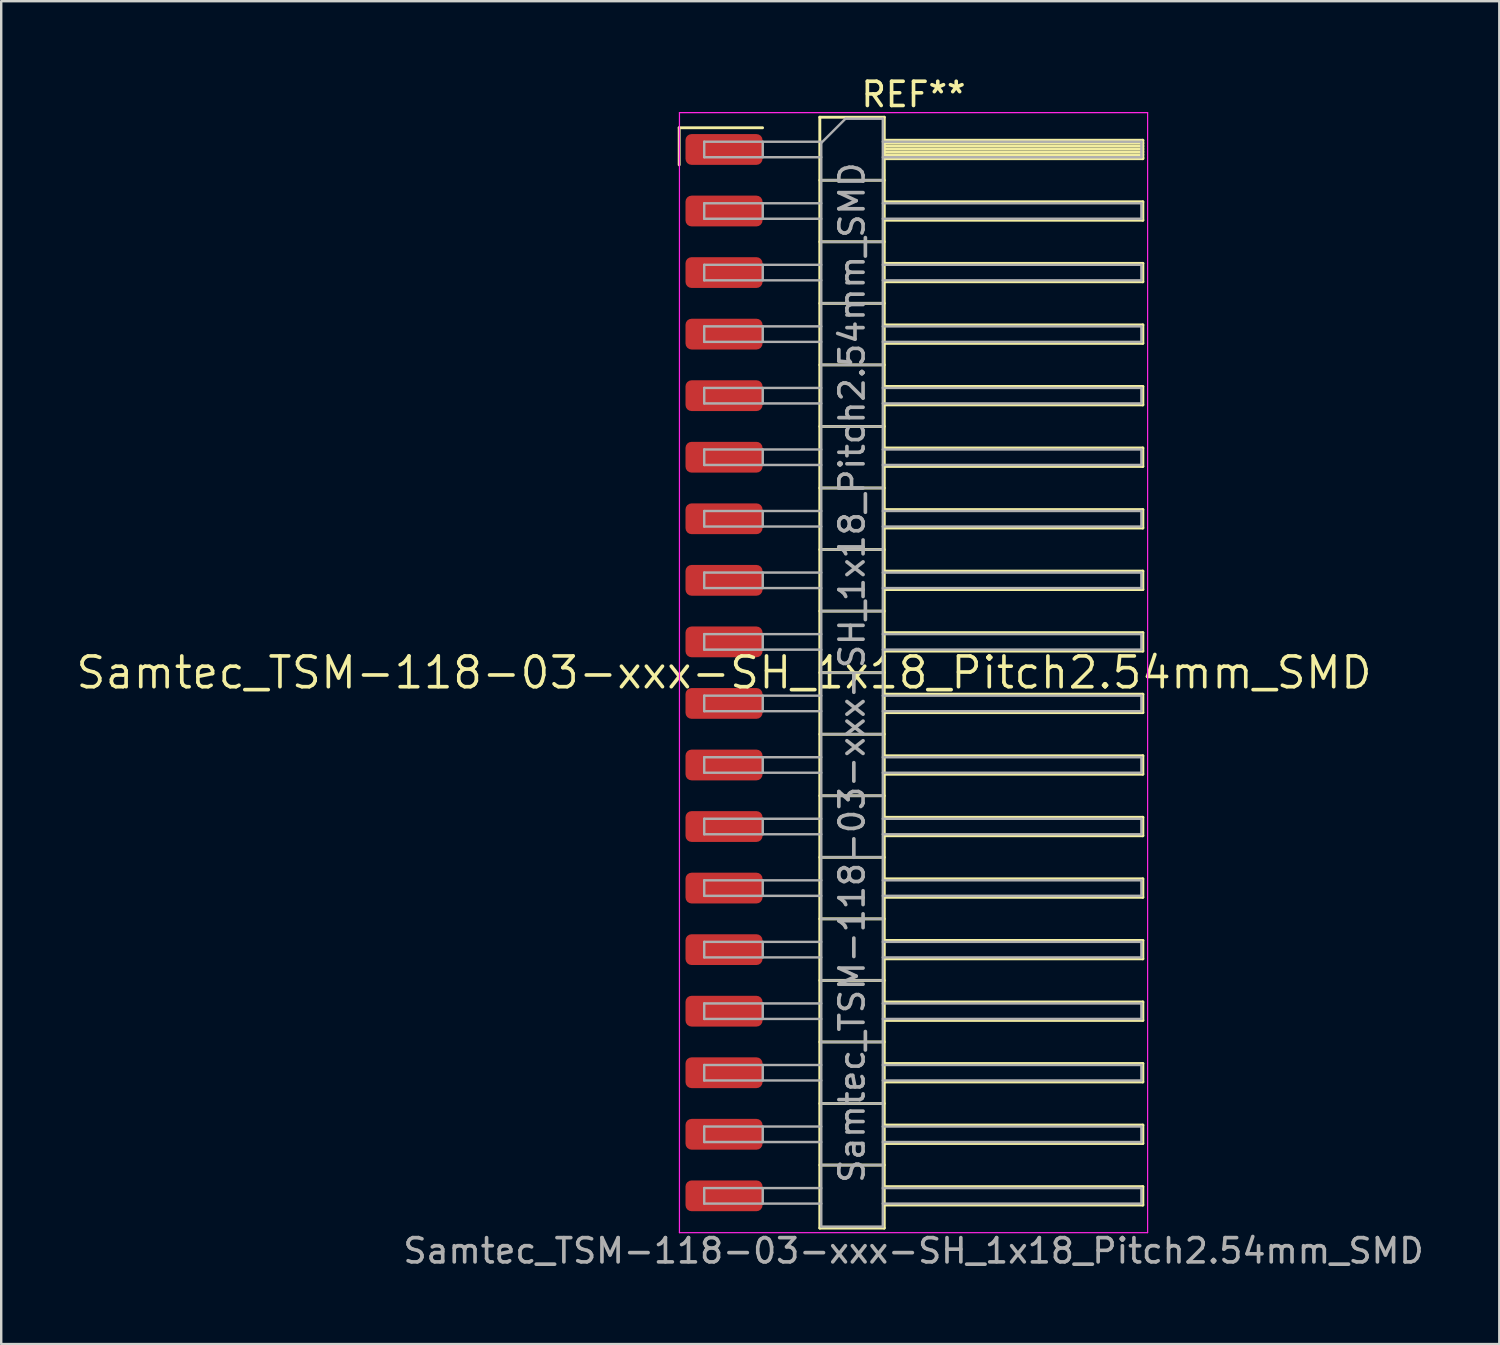
<source format=kicad_pcb>
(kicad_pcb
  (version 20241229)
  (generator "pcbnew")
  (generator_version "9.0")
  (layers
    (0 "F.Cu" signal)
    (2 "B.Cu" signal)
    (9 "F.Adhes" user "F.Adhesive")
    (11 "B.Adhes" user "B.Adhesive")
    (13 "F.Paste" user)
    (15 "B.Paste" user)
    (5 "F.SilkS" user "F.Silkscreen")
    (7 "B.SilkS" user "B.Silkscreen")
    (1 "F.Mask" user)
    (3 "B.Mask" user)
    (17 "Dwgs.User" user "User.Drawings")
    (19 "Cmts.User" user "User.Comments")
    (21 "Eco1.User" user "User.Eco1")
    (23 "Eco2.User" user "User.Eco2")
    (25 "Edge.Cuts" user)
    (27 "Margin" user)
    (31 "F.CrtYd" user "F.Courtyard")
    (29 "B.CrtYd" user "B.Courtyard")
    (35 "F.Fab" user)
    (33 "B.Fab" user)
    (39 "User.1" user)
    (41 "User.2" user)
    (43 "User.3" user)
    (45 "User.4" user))
  (footprint "Samtec_TSM-118-03-xxx-SH_1x18_Pitch2.54mm_SMD"
    (layer "F.Cu")
    (at 26.828 24.708)
    (property "Reference" "Samtec_TSM-118-03-xxx-SH_1x18_Pitch2.54mm_SMD" (at 0 0 0) (layer "F.SilkS") (effects (font (size 1.27 1.27) (thickness 0.15))))
    (attr smd)
    (fp_line (start -1.85 -22.485) (end 1.59 -22.485) (stroke (width 0.12) (type solid)) (layer "F.SilkS"))
    (fp_line (start -1.85 -20.955) (end -1.85 -22.485) (stroke (width 0.12) (type solid)) (layer "F.SilkS"))
    (fp_line (start 3.953 -22.92) (end 6.613 -22.92) (stroke (width 0.12) (type solid)) (layer "F.SilkS"))
    (fp_line (start 3.953 -20.32) (end 6.613 -20.32) (stroke (width 0.12) (type solid)) (layer "F.SilkS"))
    (fp_line (start 3.953 -17.78) (end 6.613 -17.78) (stroke (width 0.12) (type solid)) (layer "F.SilkS"))
    (fp_line (start 3.953 -15.24) (end 6.613 -15.24) (stroke (width 0.12) (type solid)) (layer "F.SilkS"))
    (fp_line (start 3.953 -12.7) (end 6.613 -12.7) (stroke (width 0.12) (type solid)) (layer "F.SilkS"))
    (fp_line (start 3.953 -10.16) (end 6.613 -10.16) (stroke (width 0.12) (type solid)) (layer "F.SilkS"))
    (fp_line (start 3.953 -7.62) (end 6.613 -7.62) (stroke (width 0.12) (type solid)) (layer "F.SilkS"))
    (fp_line (start 3.953 -5.08) (end 6.613 -5.08) (stroke (width 0.12) (type solid)) (layer "F.SilkS"))
    (fp_line (start 3.953 -2.54) (end 6.613 -2.54) (stroke (width 0.12) (type solid)) (layer "F.SilkS"))
    (fp_line (start 3.953 0) (end 6.613 0) (stroke (width 0.12) (type solid)) (layer "F.SilkS"))
    (fp_line (start 3.953 2.54) (end 6.613 2.54) (stroke (width 0.12) (type solid)) (layer "F.SilkS"))
    (fp_line (start 3.953 5.08) (end 6.613 5.08) (stroke (width 0.12) (type solid)) (layer "F.SilkS"))
    (fp_line (start 3.953 7.62) (end 6.613 7.62) (stroke (width 0.12) (type solid)) (layer "F.SilkS"))
    (fp_line (start 3.953 10.16) (end 6.613 10.16) (stroke (width 0.12) (type solid)) (layer "F.SilkS"))
    (fp_line (start 3.953 12.7) (end 6.613 12.7) (stroke (width 0.12) (type solid)) (layer "F.SilkS"))
    (fp_line (start 3.953 15.24) (end 6.613 15.24) (stroke (width 0.12) (type solid)) (layer "F.SilkS"))
    (fp_line (start 3.953 17.78) (end 6.613 17.78) (stroke (width 0.12) (type solid)) (layer "F.SilkS"))
    (fp_line (start 3.953 20.32) (end 6.613 20.32) (stroke (width 0.12) (type solid)) (layer "F.SilkS"))
    (fp_line (start 3.953 22.92) (end 3.953 -22.92) (stroke (width 0.12) (type solid)) (layer "F.SilkS"))
    (fp_line (start 6.613 -22.92) (end 6.613 22.92) (stroke (width 0.12) (type solid)) (layer "F.SilkS"))
    (fp_line (start 6.613 -21.97) (end 17.283 -21.97) (stroke (width 0.12) (type solid)) (layer "F.SilkS"))
    (fp_line (start 6.613 -21.85) (end 17.283 -21.85) (stroke (width 0.12) (type solid)) (layer "F.SilkS"))
    (fp_line (start 6.613 -21.73) (end 17.283 -21.73) (stroke (width 0.12) (type solid)) (layer "F.SilkS"))
    (fp_line (start 6.613 -21.61) (end 17.283 -21.61) (stroke (width 0.12) (type solid)) (layer "F.SilkS"))
    (fp_line (start 6.613 -21.49) (end 17.283 -21.49) (stroke (width 0.12) (type solid)) (layer "F.SilkS"))
    (fp_line (start 6.613 -21.37) (end 17.283 -21.37) (stroke (width 0.12) (type solid)) (layer "F.SilkS"))
    (fp_line (start 6.613 -21.25) (end 17.283 -21.25) (stroke (width 0.12) (type solid)) (layer "F.SilkS"))
    (fp_line (start 6.613 -21.21) (end 17.283 -21.21) (stroke (width 0.12) (type solid)) (layer "F.SilkS"))
    (fp_line (start 6.613 -19.43) (end 17.283 -19.43) (stroke (width 0.12) (type solid)) (layer "F.SilkS"))
    (fp_line (start 6.613 -18.67) (end 17.283 -18.67) (stroke (width 0.12) (type solid)) (layer "F.SilkS"))
    (fp_line (start 6.613 -16.89) (end 17.283 -16.89) (stroke (width 0.12) (type solid)) (layer "F.SilkS"))
    (fp_line (start 6.613 -16.13) (end 17.283 -16.13) (stroke (width 0.12) (type solid)) (layer "F.SilkS"))
    (fp_line (start 6.613 -14.35) (end 17.283 -14.35) (stroke (width 0.12) (type solid)) (layer "F.SilkS"))
    (fp_line (start 6.613 -13.59) (end 17.283 -13.59) (stroke (width 0.12) (type solid)) (layer "F.SilkS"))
    (fp_line (start 6.613 -11.81) (end 17.283 -11.81) (stroke (width 0.12) (type solid)) (layer "F.SilkS"))
    (fp_line (start 6.613 -11.05) (end 17.283 -11.05) (stroke (width 0.12) (type solid)) (layer "F.SilkS"))
    (fp_line (start 6.613 -9.27) (end 17.283 -9.27) (stroke (width 0.12) (type solid)) (layer "F.SilkS"))
    (fp_line (start 6.613 -8.51) (end 17.283 -8.51) (stroke (width 0.12) (type solid)) (layer "F.SilkS"))
    (fp_line (start 6.613 -6.73) (end 17.283 -6.73) (stroke (width 0.12) (type solid)) (layer "F.SilkS"))
    (fp_line (start 6.613 -5.97) (end 17.283 -5.97) (stroke (width 0.12) (type solid)) (layer "F.SilkS"))
    (fp_line (start 6.613 -4.19) (end 17.283 -4.19) (stroke (width 0.12) (type solid)) (layer "F.SilkS"))
    (fp_line (start 6.613 -3.43) (end 17.283 -3.43) (stroke (width 0.12) (type solid)) (layer "F.SilkS"))
    (fp_line (start 6.613 -1.65) (end 17.283 -1.65) (stroke (width 0.12) (type solid)) (layer "F.SilkS"))
    (fp_line (start 6.613 -0.89) (end 17.283 -0.89) (stroke (width 0.12) (type solid)) (layer "F.SilkS"))
    (fp_line (start 6.613 0.89) (end 17.283 0.89) (stroke (width 0.12) (type solid)) (layer "F.SilkS"))
    (fp_line (start 6.613 1.65) (end 17.283 1.65) (stroke (width 0.12) (type solid)) (layer "F.SilkS"))
    (fp_line (start 6.613 3.43) (end 17.283 3.43) (stroke (width 0.12) (type solid)) (layer "F.SilkS"))
    (fp_line (start 6.613 4.19) (end 17.283 4.19) (stroke (width 0.12) (type solid)) (layer "F.SilkS"))
    (fp_line (start 6.613 5.97) (end 17.283 5.97) (stroke (width 0.12) (type solid)) (layer "F.SilkS"))
    (fp_line (start 6.613 6.73) (end 17.283 6.73) (stroke (width 0.12) (type solid)) (layer "F.SilkS"))
    (fp_line (start 6.613 8.51) (end 17.283 8.51) (stroke (width 0.12) (type solid)) (layer "F.SilkS"))
    (fp_line (start 6.613 9.27) (end 17.283 9.27) (stroke (width 0.12) (type solid)) (layer "F.SilkS"))
    (fp_line (start 6.613 11.05) (end 17.283 11.05) (stroke (width 0.12) (type solid)) (layer "F.SilkS"))
    (fp_line (start 6.613 11.81) (end 17.283 11.81) (stroke (width 0.12) (type solid)) (layer "F.SilkS"))
    (fp_line (start 6.613 13.59) (end 17.283 13.59) (stroke (width 0.12) (type solid)) (layer "F.SilkS"))
    (fp_line (start 6.613 14.35) (end 17.283 14.35) (stroke (width 0.12) (type solid)) (layer "F.SilkS"))
    (fp_line (start 6.613 16.13) (end 17.283 16.13) (stroke (width 0.12) (type solid)) (layer "F.SilkS"))
    (fp_line (start 6.613 16.89) (end 17.283 16.89) (stroke (width 0.12) (type solid)) (layer "F.SilkS"))
    (fp_line (start 6.613 18.67) (end 17.283 18.67) (stroke (width 0.12) (type solid)) (layer "F.SilkS"))
    (fp_line (start 6.613 19.43) (end 17.283 19.43) (stroke (width 0.12) (type solid)) (layer "F.SilkS"))
    (fp_line (start 6.613 21.21) (end 17.283 21.21) (stroke (width 0.12) (type solid)) (layer "F.SilkS"))
    (fp_line (start 6.613 21.97) (end 17.283 21.97) (stroke (width 0.12) (type solid)) (layer "F.SilkS"))
    (fp_line (start 6.613 22.92) (end 3.953 22.92) (stroke (width 0.12) (type solid)) (layer "F.SilkS"))
    (fp_line (start 17.283 -21.97) (end 17.283 -21.21) (stroke (width 0.12) (type solid)) (layer "F.SilkS"))
    (fp_line (start 17.283 -19.43) (end 17.283 -18.67) (stroke (width 0.12) (type solid)) (layer "F.SilkS"))
    (fp_line (start 17.283 -16.89) (end 17.283 -16.13) (stroke (width 0.12) (type solid)) (layer "F.SilkS"))
    (fp_line (start 17.283 -14.35) (end 17.283 -13.59) (stroke (width 0.12) (type solid)) (layer "F.SilkS"))
    (fp_line (start 17.283 -11.81) (end 17.283 -11.05) (stroke (width 0.12) (type solid)) (layer "F.SilkS"))
    (fp_line (start 17.283 -9.27) (end 17.283 -8.51) (stroke (width 0.12) (type solid)) (layer "F.SilkS"))
    (fp_line (start 17.283 -6.73) (end 17.283 -5.97) (stroke (width 0.12) (type solid)) (layer "F.SilkS"))
    (fp_line (start 17.283 -4.19) (end 17.283 -3.43) (stroke (width 0.12) (type solid)) (layer "F.SilkS"))
    (fp_line (start 17.283 -1.65) (end 17.283 -0.89) (stroke (width 0.12) (type solid)) (layer "F.SilkS"))
    (fp_line (start 17.283 0.89) (end 17.283 1.65) (stroke (width 0.12) (type solid)) (layer "F.SilkS"))
    (fp_line (start 17.283 3.43) (end 17.283 4.19) (stroke (width 0.12) (type solid)) (layer "F.SilkS"))
    (fp_line (start 17.283 5.97) (end 17.283 6.73) (stroke (width 0.12) (type solid)) (layer "F.SilkS"))
    (fp_line (start 17.283 8.51) (end 17.283 9.27) (stroke (width 0.12) (type solid)) (layer "F.SilkS"))
    (fp_line (start 17.283 11.05) (end 17.283 11.81) (stroke (width 0.12) (type solid)) (layer "F.SilkS"))
    (fp_line (start 17.283 13.59) (end 17.283 14.35) (stroke (width 0.12) (type solid)) (layer "F.SilkS"))
    (fp_line (start 17.283 16.13) (end 17.283 16.89) (stroke (width 0.12) (type solid)) (layer "F.SilkS"))
    (fp_line (start 17.283 18.67) (end 17.283 19.43) (stroke (width 0.12) (type solid)) (layer "F.SilkS"))
    (fp_line (start 17.283 21.21) (end 17.283 21.97) (stroke (width 0.12) (type solid)) (layer "F.SilkS"))
    (fp_line (start -1.84 -23.11) (end 17.48 -23.11) (stroke (width 0.05) (type solid)) (layer "F.CrtYd"))
    (fp_line (start -1.84 23.11) (end -1.84 -23.11) (stroke (width 0.05) (type solid)) (layer "F.CrtYd"))
    (fp_line (start 17.48 -23.11) (end 17.48 23.11) (stroke (width 0.05) (type solid)) (layer "F.CrtYd"))
    (fp_line (start 17.48 23.11) (end -1.84 23.11) (stroke (width 0.05) (type solid)) (layer "F.CrtYd"))
    (fp_line (start -0.817 -21.91) (end -0.817 -21.27) (stroke (width 0.1) (type solid)) (layer "F.Fab"))
    (fp_line (start -0.817 -21.91) (end 4.013 -21.91) (stroke (width 0.1) (type solid)) (layer "F.Fab"))
    (fp_line (start -0.817 -21.27) (end 4.013 -21.27) (stroke (width 0.1) (type solid)) (layer "F.Fab"))
    (fp_line (start -0.817 -19.37) (end -0.817 -18.73) (stroke (width 0.1) (type solid)) (layer "F.Fab"))
    (fp_line (start -0.817 -19.37) (end 4.013 -19.37) (stroke (width 0.1) (type solid)) (layer "F.Fab"))
    (fp_line (start -0.817 -18.73) (end 4.013 -18.73) (stroke (width 0.1) (type solid)) (layer "F.Fab"))
    (fp_line (start -0.817 -16.83) (end -0.817 -16.19) (stroke (width 0.1) (type solid)) (layer "F.Fab"))
    (fp_line (start -0.817 -16.83) (end 4.013 -16.83) (stroke (width 0.1) (type solid)) (layer "F.Fab"))
    (fp_line (start -0.817 -16.19) (end 4.013 -16.19) (stroke (width 0.1) (type solid)) (layer "F.Fab"))
    (fp_line (start -0.817 -14.29) (end -0.817 -13.65) (stroke (width 0.1) (type solid)) (layer "F.Fab"))
    (fp_line (start -0.817 -14.29) (end 4.013 -14.29) (stroke (width 0.1) (type solid)) (layer "F.Fab"))
    (fp_line (start -0.817 -13.65) (end 4.013 -13.65) (stroke (width 0.1) (type solid)) (layer "F.Fab"))
    (fp_line (start -0.817 -11.75) (end -0.817 -11.11) (stroke (width 0.1) (type solid)) (layer "F.Fab"))
    (fp_line (start -0.817 -11.75) (end 4.013 -11.75) (stroke (width 0.1) (type solid)) (layer "F.Fab"))
    (fp_line (start -0.817 -11.11) (end 4.013 -11.11) (stroke (width 0.1) (type solid)) (layer "F.Fab"))
    (fp_line (start -0.817 -9.21) (end -0.817 -8.57) (stroke (width 0.1) (type solid)) (layer "F.Fab"))
    (fp_line (start -0.817 -9.21) (end 4.013 -9.21) (stroke (width 0.1) (type solid)) (layer "F.Fab"))
    (fp_line (start -0.817 -8.57) (end 4.013 -8.57) (stroke (width 0.1) (type solid)) (layer "F.Fab"))
    (fp_line (start -0.817 -6.67) (end -0.817 -6.03) (stroke (width 0.1) (type solid)) (layer "F.Fab"))
    (fp_line (start -0.817 -6.67) (end 4.013 -6.67) (stroke (width 0.1) (type solid)) (layer "F.Fab"))
    (fp_line (start -0.817 -6.03) (end 4.013 -6.03) (stroke (width 0.1) (type solid)) (layer "F.Fab"))
    (fp_line (start -0.817 -4.13) (end -0.817 -3.49) (stroke (width 0.1) (type solid)) (layer "F.Fab"))
    (fp_line (start -0.817 -4.13) (end 4.013 -4.13) (stroke (width 0.1) (type solid)) (layer "F.Fab"))
    (fp_line (start -0.817 -3.49) (end 4.013 -3.49) (stroke (width 0.1) (type solid)) (layer "F.Fab"))
    (fp_line (start -0.817 -1.59) (end -0.817 -0.95) (stroke (width 0.1) (type solid)) (layer "F.Fab"))
    (fp_line (start -0.817 -1.59) (end 4.013 -1.59) (stroke (width 0.1) (type solid)) (layer "F.Fab"))
    (fp_line (start -0.817 -0.95) (end 4.013 -0.95) (stroke (width 0.1) (type solid)) (layer "F.Fab"))
    (fp_line (start -0.817 0.95) (end -0.817 1.59) (stroke (width 0.1) (type solid)) (layer "F.Fab"))
    (fp_line (start -0.817 0.95) (end 4.013 0.95) (stroke (width 0.1) (type solid)) (layer "F.Fab"))
    (fp_line (start -0.817 1.59) (end 4.013 1.59) (stroke (width 0.1) (type solid)) (layer "F.Fab"))
    (fp_line (start -0.817 3.49) (end -0.817 4.13) (stroke (width 0.1) (type solid)) (layer "F.Fab"))
    (fp_line (start -0.817 3.49) (end 4.013 3.49) (stroke (width 0.1) (type solid)) (layer "F.Fab"))
    (fp_line (start -0.817 4.13) (end 4.013 4.13) (stroke (width 0.1) (type solid)) (layer "F.Fab"))
    (fp_line (start -0.817 6.03) (end -0.817 6.67) (stroke (width 0.1) (type solid)) (layer "F.Fab"))
    (fp_line (start -0.817 6.03) (end 4.013 6.03) (stroke (width 0.1) (type solid)) (layer "F.Fab"))
    (fp_line (start -0.817 6.67) (end 4.013 6.67) (stroke (width 0.1) (type solid)) (layer "F.Fab"))
    (fp_line (start -0.817 8.57) (end -0.817 9.21) (stroke (width 0.1) (type solid)) (layer "F.Fab"))
    (fp_line (start -0.817 8.57) (end 4.013 8.57) (stroke (width 0.1) (type solid)) (layer "F.Fab"))
    (fp_line (start -0.817 9.21) (end 4.013 9.21) (stroke (width 0.1) (type solid)) (layer "F.Fab"))
    (fp_line (start -0.817 11.11) (end -0.817 11.75) (stroke (width 0.1) (type solid)) (layer "F.Fab"))
    (fp_line (start -0.817 11.11) (end 4.013 11.11) (stroke (width 0.1) (type solid)) (layer "F.Fab"))
    (fp_line (start -0.817 11.75) (end 4.013 11.75) (stroke (width 0.1) (type solid)) (layer "F.Fab"))
    (fp_line (start -0.817 13.65) (end -0.817 14.29) (stroke (width 0.1) (type solid)) (layer "F.Fab"))
    (fp_line (start -0.817 13.65) (end 4.013 13.65) (stroke (width 0.1) (type solid)) (layer "F.Fab"))
    (fp_line (start -0.817 14.29) (end 4.013 14.29) (stroke (width 0.1) (type solid)) (layer "F.Fab"))
    (fp_line (start -0.817 16.19) (end -0.817 16.83) (stroke (width 0.1) (type solid)) (layer "F.Fab"))
    (fp_line (start -0.817 16.19) (end 4.013 16.19) (stroke (width 0.1) (type solid)) (layer "F.Fab"))
    (fp_line (start -0.817 16.83) (end 4.013 16.83) (stroke (width 0.1) (type solid)) (layer "F.Fab"))
    (fp_line (start -0.817 18.73) (end -0.817 19.37) (stroke (width 0.1) (type solid)) (layer "F.Fab"))
    (fp_line (start -0.817 18.73) (end 4.013 18.73) (stroke (width 0.1) (type solid)) (layer "F.Fab"))
    (fp_line (start -0.817 19.37) (end 4.013 19.37) (stroke (width 0.1) (type solid)) (layer "F.Fab"))
    (fp_line (start -0.817 21.27) (end -0.817 21.91) (stroke (width 0.1) (type solid)) (layer "F.Fab"))
    (fp_line (start -0.817 21.27) (end 4.013 21.27) (stroke (width 0.1) (type solid)) (layer "F.Fab"))
    (fp_line (start -0.817 21.91) (end 4.013 21.91) (stroke (width 0.1) (type solid)) (layer "F.Fab"))
    (fp_line (start 1.598 -21.91) (end 1.598 -21.27) (stroke (width 0.1) (type solid)) (layer "F.Fab"))
    (fp_line (start 1.598 -19.37) (end 1.598 -18.73) (stroke (width 0.1) (type solid)) (layer "F.Fab"))
    (fp_line (start 1.598 -16.83) (end 1.598 -16.19) (stroke (width 0.1) (type solid)) (layer "F.Fab"))
    (fp_line (start 1.598 -14.29) (end 1.598 -13.65) (stroke (width 0.1) (type solid)) (layer "F.Fab"))
    (fp_line (start 1.598 -11.75) (end 1.598 -11.11) (stroke (width 0.1) (type solid)) (layer "F.Fab"))
    (fp_line (start 1.598 -9.21) (end 1.598 -8.57) (stroke (width 0.1) (type solid)) (layer "F.Fab"))
    (fp_line (start 1.598 -6.67) (end 1.598 -6.03) (stroke (width 0.1) (type solid)) (layer "F.Fab"))
    (fp_line (start 1.598 -4.13) (end 1.598 -3.49) (stroke (width 0.1) (type solid)) (layer "F.Fab"))
    (fp_line (start 1.598 -1.59) (end 1.598 -0.95) (stroke (width 0.1) (type solid)) (layer "F.Fab"))
    (fp_line (start 1.598 0.95) (end 1.598 1.59) (stroke (width 0.1) (type solid)) (layer "F.Fab"))
    (fp_line (start 1.598 3.49) (end 1.598 4.13) (stroke (width 0.1) (type solid)) (layer "F.Fab"))
    (fp_line (start 1.598 6.03) (end 1.598 6.67) (stroke (width 0.1) (type solid)) (layer "F.Fab"))
    (fp_line (start 1.598 8.57) (end 1.598 9.21) (stroke (width 0.1) (type solid)) (layer "F.Fab"))
    (fp_line (start 1.598 11.11) (end 1.598 11.75) (stroke (width 0.1) (type solid)) (layer "F.Fab"))
    (fp_line (start 1.598 13.65) (end 1.598 14.29) (stroke (width 0.1) (type solid)) (layer "F.Fab"))
    (fp_line (start 1.598 16.19) (end 1.598 16.83) (stroke (width 0.1) (type solid)) (layer "F.Fab"))
    (fp_line (start 1.598 18.73) (end 1.598 19.37) (stroke (width 0.1) (type solid)) (layer "F.Fab"))
    (fp_line (start 1.598 21.27) (end 1.598 21.91) (stroke (width 0.1) (type solid)) (layer "F.Fab"))
    (fp_line (start 4.013 -21.86) (end 5.013 -22.86) (stroke (width 0.1) (type solid)) (layer "F.Fab"))
    (fp_line (start 4.013 -20.32) (end 6.553 -20.32) (stroke (width 0.1) (type solid)) (layer "F.Fab"))
    (fp_line (start 4.013 -17.78) (end 6.553 -17.78) (stroke (width 0.1) (type solid)) (layer "F.Fab"))
    (fp_line (start 4.013 -15.24) (end 6.553 -15.24) (stroke (width 0.1) (type solid)) (layer "F.Fab"))
    (fp_line (start 4.013 -12.7) (end 6.553 -12.7) (stroke (width 0.1) (type solid)) (layer "F.Fab"))
    (fp_line (start 4.013 -10.16) (end 6.553 -10.16) (stroke (width 0.1) (type solid)) (layer "F.Fab"))
    (fp_line (start 4.013 -7.62) (end 6.553 -7.62) (stroke (width 0.1) (type solid)) (layer "F.Fab"))
    (fp_line (start 4.013 -5.08) (end 6.553 -5.08) (stroke (width 0.1) (type solid)) (layer "F.Fab"))
    (fp_line (start 4.013 -2.54) (end 6.553 -2.54) (stroke (width 0.1) (type solid)) (layer "F.Fab"))
    (fp_line (start 4.013 0) (end 6.553 0) (stroke (width 0.1) (type solid)) (layer "F.Fab"))
    (fp_line (start 4.013 2.54) (end 6.553 2.54) (stroke (width 0.1) (type solid)) (layer "F.Fab"))
    (fp_line (start 4.013 5.08) (end 6.553 5.08) (stroke (width 0.1) (type solid)) (layer "F.Fab"))
    (fp_line (start 4.013 7.62) (end 6.553 7.62) (stroke (width 0.1) (type solid)) (layer "F.Fab"))
    (fp_line (start 4.013 10.16) (end 6.553 10.16) (stroke (width 0.1) (type solid)) (layer "F.Fab"))
    (fp_line (start 4.013 12.7) (end 6.553 12.7) (stroke (width 0.1) (type solid)) (layer "F.Fab"))
    (fp_line (start 4.013 15.24) (end 6.553 15.24) (stroke (width 0.1) (type solid)) (layer "F.Fab"))
    (fp_line (start 4.013 17.78) (end 6.553 17.78) (stroke (width 0.1) (type solid)) (layer "F.Fab"))
    (fp_line (start 4.013 20.32) (end 6.553 20.32) (stroke (width 0.1) (type solid)) (layer "F.Fab"))
    (fp_line (start 4.013 22.86) (end 4.013 -21.86) (stroke (width 0.1) (type solid)) (layer "F.Fab"))
    (fp_line (start 5.013 -22.86) (end 6.553 -22.86) (stroke (width 0.1) (type solid)) (layer "F.Fab"))
    (fp_line (start 6.553 -22.86) (end 6.553 22.86) (stroke (width 0.1) (type solid)) (layer "F.Fab"))
    (fp_line (start 6.553 -21.91) (end 17.223 -21.91) (stroke (width 0.1) (type solid)) (layer "F.Fab"))
    (fp_line (start 6.553 -21.27) (end 17.223 -21.27) (stroke (width 0.1) (type solid)) (layer "F.Fab"))
    (fp_line (start 6.553 -19.37) (end 17.223 -19.37) (stroke (width 0.1) (type solid)) (layer "F.Fab"))
    (fp_line (start 6.553 -18.73) (end 17.223 -18.73) (stroke (width 0.1) (type solid)) (layer "F.Fab"))
    (fp_line (start 6.553 -16.83) (end 17.223 -16.83) (stroke (width 0.1) (type solid)) (layer "F.Fab"))
    (fp_line (start 6.553 -16.19) (end 17.223 -16.19) (stroke (width 0.1) (type solid)) (layer "F.Fab"))
    (fp_line (start 6.553 -14.29) (end 17.223 -14.29) (stroke (width 0.1) (type solid)) (layer "F.Fab"))
    (fp_line (start 6.553 -13.65) (end 17.223 -13.65) (stroke (width 0.1) (type solid)) (layer "F.Fab"))
    (fp_line (start 6.553 -11.75) (end 17.223 -11.75) (stroke (width 0.1) (type solid)) (layer "F.Fab"))
    (fp_line (start 6.553 -11.11) (end 17.223 -11.11) (stroke (width 0.1) (type solid)) (layer "F.Fab"))
    (fp_line (start 6.553 -9.21) (end 17.223 -9.21) (stroke (width 0.1) (type solid)) (layer "F.Fab"))
    (fp_line (start 6.553 -8.57) (end 17.223 -8.57) (stroke (width 0.1) (type solid)) (layer "F.Fab"))
    (fp_line (start 6.553 -6.67) (end 17.223 -6.67) (stroke (width 0.1) (type solid)) (layer "F.Fab"))
    (fp_line (start 6.553 -6.03) (end 17.223 -6.03) (stroke (width 0.1) (type solid)) (layer "F.Fab"))
    (fp_line (start 6.553 -4.13) (end 17.223 -4.13) (stroke (width 0.1) (type solid)) (layer "F.Fab"))
    (fp_line (start 6.553 -3.49) (end 17.223 -3.49) (stroke (width 0.1) (type solid)) (layer "F.Fab"))
    (fp_line (start 6.553 -1.59) (end 17.223 -1.59) (stroke (width 0.1) (type solid)) (layer "F.Fab"))
    (fp_line (start 6.553 -0.95) (end 17.223 -0.95) (stroke (width 0.1) (type solid)) (layer "F.Fab"))
    (fp_line (start 6.553 0.95) (end 17.223 0.95) (stroke (width 0.1) (type solid)) (layer "F.Fab"))
    (fp_line (start 6.553 1.59) (end 17.223 1.59) (stroke (width 0.1) (type solid)) (layer "F.Fab"))
    (fp_line (start 6.553 3.49) (end 17.223 3.49) (stroke (width 0.1) (type solid)) (layer "F.Fab"))
    (fp_line (start 6.553 4.13) (end 17.223 4.13) (stroke (width 0.1) (type solid)) (layer "F.Fab"))
    (fp_line (start 6.553 6.03) (end 17.223 6.03) (stroke (width 0.1) (type solid)) (layer "F.Fab"))
    (fp_line (start 6.553 6.67) (end 17.223 6.67) (stroke (width 0.1) (type solid)) (layer "F.Fab"))
    (fp_line (start 6.553 8.57) (end 17.223 8.57) (stroke (width 0.1) (type solid)) (layer "F.Fab"))
    (fp_line (start 6.553 9.21) (end 17.223 9.21) (stroke (width 0.1) (type solid)) (layer "F.Fab"))
    (fp_line (start 6.553 11.11) (end 17.223 11.11) (stroke (width 0.1) (type solid)) (layer "F.Fab"))
    (fp_line (start 6.553 11.75) (end 17.223 11.75) (stroke (width 0.1) (type solid)) (layer "F.Fab"))
    (fp_line (start 6.553 13.65) (end 17.223 13.65) (stroke (width 0.1) (type solid)) (layer "F.Fab"))
    (fp_line (start 6.553 14.29) (end 17.223 14.29) (stroke (width 0.1) (type solid)) (layer "F.Fab"))
    (fp_line (start 6.553 16.19) (end 17.223 16.19) (stroke (width 0.1) (type solid)) (layer "F.Fab"))
    (fp_line (start 6.553 16.83) (end 17.223 16.83) (stroke (width 0.1) (type solid)) (layer "F.Fab"))
    (fp_line (start 6.553 18.73) (end 17.223 18.73) (stroke (width 0.1) (type solid)) (layer "F.Fab"))
    (fp_line (start 6.553 19.37) (end 17.223 19.37) (stroke (width 0.1) (type solid)) (layer "F.Fab"))
    (fp_line (start 6.553 21.27) (end 17.223 21.27) (stroke (width 0.1) (type solid)) (layer "F.Fab"))
    (fp_line (start 6.553 21.91) (end 17.223 21.91) (stroke (width 0.1) (type solid)) (layer "F.Fab"))
    (fp_line (start 6.553 22.86) (end 4.013 22.86) (stroke (width 0.1) (type solid)) (layer "F.Fab"))
    (fp_line (start 17.223 -21.91) (end 17.223 -21.27) (stroke (width 0.1) (type solid)) (layer "F.Fab"))
    (fp_line (start 17.223 -19.37) (end 17.223 -18.73) (stroke (width 0.1) (type solid)) (layer "F.Fab"))
    (fp_line (start 17.223 -16.83) (end 17.223 -16.19) (stroke (width 0.1) (type solid)) (layer "F.Fab"))
    (fp_line (start 17.223 -14.29) (end 17.223 -13.65) (stroke (width 0.1) (type solid)) (layer "F.Fab"))
    (fp_line (start 17.223 -11.75) (end 17.223 -11.11) (stroke (width 0.1) (type solid)) (layer "F.Fab"))
    (fp_line (start 17.223 -9.21) (end 17.223 -8.57) (stroke (width 0.1) (type solid)) (layer "F.Fab"))
    (fp_line (start 17.223 -6.67) (end 17.223 -6.03) (stroke (width 0.1) (type solid)) (layer "F.Fab"))
    (fp_line (start 17.223 -4.13) (end 17.223 -3.49) (stroke (width 0.1) (type solid)) (layer "F.Fab"))
    (fp_line (start 17.223 -1.59) (end 17.223 -0.95) (stroke (width 0.1) (type solid)) (layer "F.Fab"))
    (fp_line (start 17.223 0.95) (end 17.223 1.59) (stroke (width 0.1) (type solid)) (layer "F.Fab"))
    (fp_line (start 17.223 3.49) (end 17.223 4.13) (stroke (width 0.1) (type solid)) (layer "F.Fab"))
    (fp_line (start 17.223 6.03) (end 17.223 6.67) (stroke (width 0.1) (type solid)) (layer "F.Fab"))
    (fp_line (start 17.223 8.57) (end 17.223 9.21) (stroke (width 0.1) (type solid)) (layer "F.Fab"))
    (fp_line (start 17.223 11.11) (end 17.223 11.75) (stroke (width 0.1) (type solid)) (layer "F.Fab"))
    (fp_line (start 17.223 13.65) (end 17.223 14.29) (stroke (width 0.1) (type solid)) (layer "F.Fab"))
    (fp_line (start 17.223 16.19) (end 17.223 16.83) (stroke (width 0.1) (type solid)) (layer "F.Fab"))
    (fp_line (start 17.223 18.73) (end 17.223 19.37) (stroke (width 0.1) (type solid)) (layer "F.Fab"))
    (fp_line (start 17.223 21.27) (end 17.223 21.91) (stroke (width 0.1) (type solid)) (layer "F.Fab"))
    (fp_text user "REF**" (at 7.82 -23.86 0) (layer "F.SilkS") (effects (font (size 1 1) (thickness 0.15))))
    (fp_text user "${REFERENCE}" (at 5.283 0 90) (layer "F.Fab") (effects (font (size 1 1) (thickness 0.15))))
    (fp_text user "Samtec_TSM-118-03-xxx-SH_1x18_Pitch2.54mm_SMD" (at 7.82 23.86 0) (layer "F.Fab") (effects (font (size 1 1) (thickness 0.15))))
    (pad "1" smd roundrect (at 0 -21.59) (size 3.18 1.27) (layers "F.Cu" "F.Mask" "F.Paste") (roundrect_rratio 0.197))
    (pad "2" smd roundrect (at 0 -19.05) (size 3.18 1.27) (layers "F.Cu" "F.Mask" "F.Paste") (roundrect_rratio 0.197))
    (pad "3" smd roundrect (at 0 -16.51) (size 3.18 1.27) (layers "F.Cu" "F.Mask" "F.Paste") (roundrect_rratio 0.197))
    (pad "4" smd roundrect (at 0 -13.97) (size 3.18 1.27) (layers "F.Cu" "F.Mask" "F.Paste") (roundrect_rratio 0.197))
    (pad "5" smd roundrect (at 0 -11.43) (size 3.18 1.27) (layers "F.Cu" "F.Mask" "F.Paste") (roundrect_rratio 0.197))
    (pad "6" smd roundrect (at 0 -8.89) (size 3.18 1.27) (layers "F.Cu" "F.Mask" "F.Paste") (roundrect_rratio 0.197))
    (pad "7" smd roundrect (at 0 -6.35) (size 3.18 1.27) (layers "F.Cu" "F.Mask" "F.Paste") (roundrect_rratio 0.197))
    (pad "8" smd roundrect (at 0 -3.81) (size 3.18 1.27) (layers "F.Cu" "F.Mask" "F.Paste") (roundrect_rratio 0.197))
    (pad "9" smd roundrect (at 0 -1.27) (size 3.18 1.27) (layers "F.Cu" "F.Mask" "F.Paste") (roundrect_rratio 0.197))
    (pad "10" smd roundrect (at 0 1.27) (size 3.18 1.27) (layers "F.Cu" "F.Mask" "F.Paste") (roundrect_rratio 0.197))
    (pad "11" smd roundrect (at 0 3.81) (size 3.18 1.27) (layers "F.Cu" "F.Mask" "F.Paste") (roundrect_rratio 0.197))
    (pad "12" smd roundrect (at 0 6.35) (size 3.18 1.27) (layers "F.Cu" "F.Mask" "F.Paste") (roundrect_rratio 0.197))
    (pad "13" smd roundrect (at 0 8.89) (size 3.18 1.27) (layers "F.Cu" "F.Mask" "F.Paste") (roundrect_rratio 0.197))
    (pad "14" smd roundrect (at 0 11.43) (size 3.18 1.27) (layers "F.Cu" "F.Mask" "F.Paste") (roundrect_rratio 0.197))
    (pad "15" smd roundrect (at 0 13.97) (size 3.18 1.27) (layers "F.Cu" "F.Mask" "F.Paste") (roundrect_rratio 0.197))
    (pad "16" smd roundrect (at 0 16.51) (size 3.18 1.27) (layers "F.Cu" "F.Mask" "F.Paste") (roundrect_rratio 0.197))
    (pad "17" smd roundrect (at 0 19.05) (size 3.18 1.27) (layers "F.Cu" "F.Mask" "F.Paste") (roundrect_rratio 0.197))
    (pad "18" smd roundrect (at 0 21.59) (size 3.18 1.27) (layers "F.Cu" "F.Mask" "F.Paste") (roundrect_rratio 0.197)))
  (gr_rect
    (start -3 -3)
    (end 58.821 52.416)
    (stroke (width 0.1) (type default))
    (fill no)
    (layer "Edge.Cuts")))
</source>
